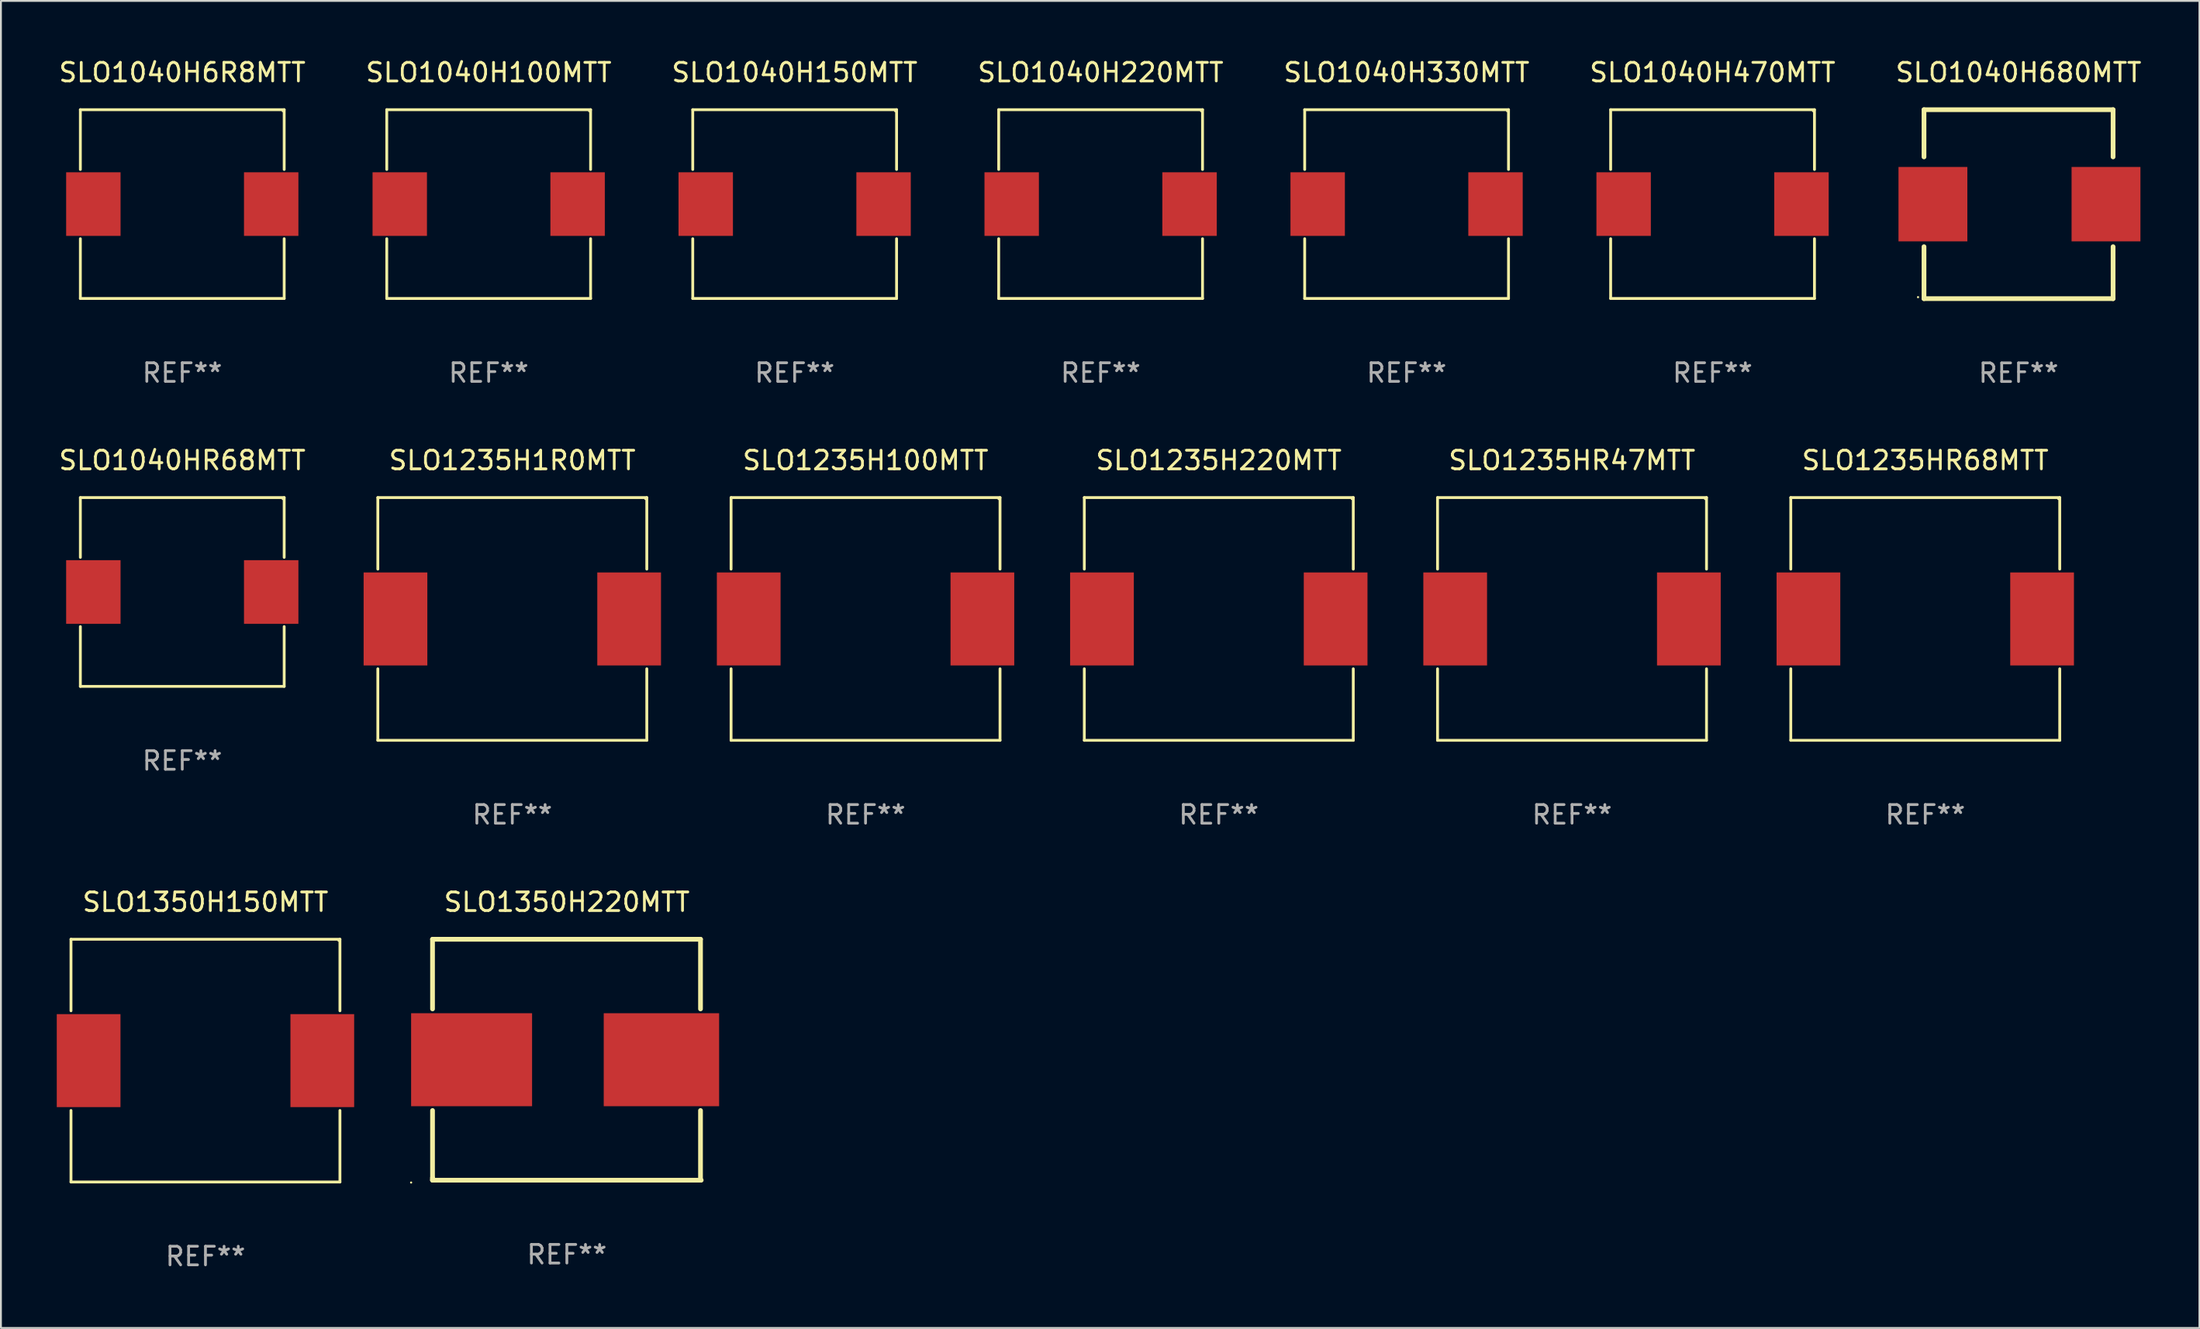
<source format=kicad_pcb>
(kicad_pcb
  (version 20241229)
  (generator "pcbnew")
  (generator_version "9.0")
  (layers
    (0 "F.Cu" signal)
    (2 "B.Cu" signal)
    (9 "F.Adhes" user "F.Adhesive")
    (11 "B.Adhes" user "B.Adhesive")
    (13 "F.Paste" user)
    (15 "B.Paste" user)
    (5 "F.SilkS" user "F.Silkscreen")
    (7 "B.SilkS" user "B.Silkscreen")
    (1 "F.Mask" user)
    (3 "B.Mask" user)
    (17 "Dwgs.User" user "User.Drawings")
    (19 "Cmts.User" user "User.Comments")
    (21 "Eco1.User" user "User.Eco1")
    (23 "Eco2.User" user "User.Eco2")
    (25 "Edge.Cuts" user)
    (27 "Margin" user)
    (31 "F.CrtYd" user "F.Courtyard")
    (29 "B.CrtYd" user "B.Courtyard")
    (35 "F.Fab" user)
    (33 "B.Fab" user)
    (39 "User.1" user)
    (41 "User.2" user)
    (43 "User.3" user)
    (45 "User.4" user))
  (footprint "SLO1040H680MTT"
    (layer "F.Cu")
    (at 105.411 7.928)
    (property "Reference" "SLO1040H680MTT" (at 0 -7.08 0) (layer "F.SilkS") (effects (font (size 1 1) (thickness 0.15))))
    (attr through_hole)
    (fp_line (start -5.08 -5.08) (end -5.08 -2.54) (stroke (width 0.254) (type solid)) (layer "F.SilkS"))
    (fp_line (start -5.08 -5.08) (end 5.08 -5.08) (stroke (width 0.254) (type solid)) (layer "F.SilkS"))
    (fp_line (start -5.08 2.286) (end -5.08 5.08) (stroke (width 0.254) (type solid)) (layer "F.SilkS"))
    (fp_line (start -5.08 5.08) (end 5.08 5.08) (stroke (width 0.254) (type solid)) (layer "F.SilkS"))
    (fp_line (start 5.08 -5.08) (end 5.08 -2.54) (stroke (width 0.254) (type solid)) (layer "F.SilkS"))
    (fp_line (start 5.08 5.08) (end 5.08 2.286) (stroke (width 0.254) (type solid)) (layer "F.SilkS"))
    (fp_circle (center -5.4 5) (end -5.37 5) (stroke (width 0.06) (type solid)) (fill no) (layer "F.SilkS"))
    (fp_text user "REF**" (at 0 9.08 0) (layer "F.Fab") (effects (font (size 1 1) (thickness 0.15))))
    (pad "1" smd rect (at -4.6 0) (size 3.7 4) (layers "F.Cu" "F.Mask" "F.Paste"))
    (pad "2" smd rect (at 4.7 0) (size 3.7 4) (layers "F.Cu" "F.Mask" "F.Paste")))
  (footprint "SLO1040H220MTT"
    (layer "F.Cu")
    (at 56.089 7.924)
    (property "Reference" "SLO1040H220MTT" (at 0 -7.076 0) (layer "F.SilkS") (effects (font (size 1 1) (thickness 0.15))))
    (attr through_hole)
    (fp_line (start -5.476 -5.076) (end 5.476 -5.076) (stroke (width 0.152) (type solid)) (layer "F.SilkS"))
    (fp_line (start -5.476 -1.862) (end -5.476 -5.076) (stroke (width 0.152) (type solid)) (layer "F.SilkS"))
    (fp_line (start -5.476 1.862) (end -5.476 5.076) (stroke (width 0.152) (type solid)) (layer "F.SilkS"))
    (fp_line (start -5.476 5.076) (end 5.476 5.076) (stroke (width 0.152) (type solid)) (layer "F.SilkS"))
    (fp_line (start 5.476 -5.076) (end 5.476 -1.862) (stroke (width 0.152) (type solid)) (layer "F.SilkS"))
    (fp_line (start 5.476 5.076) (end 5.476 1.862) (stroke (width 0.152) (type solid)) (layer "F.SilkS"))
    (fp_circle (center 5.4 -5) (end 5.43 -5) (stroke (width 0.06) (type solid)) (fill no) (layer "F.SilkS"))
    (fp_text user "REF**" (at 0 9.076 0) (layer "F.Fab") (effects (font (size 1 1) (thickness 0.15))))
    (pad "1" smd rect (at 4.778 0) (size 2.924 3.42) (layers "F.Cu" "F.Mask" "F.Paste"))
    (pad "2" smd rect (at -4.778 0) (size 2.924 3.42) (layers "F.Cu" "F.Mask" "F.Paste")))
  (footprint "SLO1235H220MTT"
    (layer "F.Cu")
    (at 62.439 30.231)
    (property "Reference" "SLO1235H220MTT" (at 0 -8.526 0) (layer "F.SilkS") (effects (font (size 1 1) (thickness 0.15))))
    (attr through_hole)
    (fp_line (start -7.226 -6.526) (end 7.226 -6.526) (stroke (width 0.152) (type solid)) (layer "F.SilkS"))
    (fp_line (start -7.226 -2.68) (end -7.226 -6.526) (stroke (width 0.152) (type solid)) (layer "F.SilkS"))
    (fp_line (start -7.226 6.526) (end -7.226 2.68) (stroke (width 0.152) (type solid)) (layer "F.SilkS"))
    (fp_line (start -7.226 6.526) (end 7.226 6.526) (stroke (width 0.152) (type solid)) (layer "F.SilkS"))
    (fp_line (start 7.226 -6.526) (end 7.226 -2.68) (stroke (width 0.152) (type solid)) (layer "F.SilkS"))
    (fp_line (start 7.226 2.68) (end 7.226 6.526) (stroke (width 0.152) (type solid)) (layer "F.SilkS"))
    (fp_circle (center 7.15 -6.45) (end 7.18 -6.45) (stroke (width 0.06) (type solid)) (fill no) (layer "F.SilkS"))
    (fp_text user "REF**" (at 0 10.526 0) (layer "F.Fab") (effects (font (size 1 1) (thickness 0.15))))
    (pad "1" smd rect (at 6.278 0) (size 3.424 5) (layers "F.Cu" "F.Mask" "F.Paste"))
    (pad "2" smd rect (at -6.278 0) (size 3.424 5) (layers "F.Cu" "F.Mask" "F.Paste")))
  (footprint "SLO1040H470MTT"
    (layer "F.Cu")
    (at 88.97 7.924)
    (property "Reference" "SLO1040H470MTT" (at 0 -7.076 0) (layer "F.SilkS") (effects (font (size 1 1) (thickness 0.15))))
    (attr through_hole)
    (fp_line (start -5.476 -5.076) (end 5.476 -5.076) (stroke (width 0.152) (type solid)) (layer "F.SilkS"))
    (fp_line (start -5.476 -1.862) (end -5.476 -5.076) (stroke (width 0.152) (type solid)) (layer "F.SilkS"))
    (fp_line (start -5.476 1.862) (end -5.476 5.076) (stroke (width 0.152) (type solid)) (layer "F.SilkS"))
    (fp_line (start -5.476 5.076) (end 5.476 5.076) (stroke (width 0.152) (type solid)) (layer "F.SilkS"))
    (fp_line (start 5.476 -5.076) (end 5.476 -1.862) (stroke (width 0.152) (type solid)) (layer "F.SilkS"))
    (fp_line (start 5.476 5.076) (end 5.476 1.862) (stroke (width 0.152) (type solid)) (layer "F.SilkS"))
    (fp_circle (center 5.4 -5) (end 5.43 -5) (stroke (width 0.06) (type solid)) (fill no) (layer "F.SilkS"))
    (fp_text user "REF**" (at 0 9.076 0) (layer "F.Fab") (effects (font (size 1 1) (thickness 0.15))))
    (pad "1" smd rect (at 4.778 0) (size 2.924 3.42) (layers "F.Cu" "F.Mask" "F.Paste"))
    (pad "2" smd rect (at -4.778 0) (size 2.924 3.42) (layers "F.Cu" "F.Mask" "F.Paste")))
  (footprint "SLO1040H150MTT"
    (layer "F.Cu")
    (at 39.649 7.924)
    (property "Reference" "SLO1040H150MTT" (at 0 -7.076 0) (layer "F.SilkS") (effects (font (size 1 1) (thickness 0.15))))
    (attr through_hole)
    (fp_line (start -5.476 -5.076) (end 5.476 -5.076) (stroke (width 0.152) (type solid)) (layer "F.SilkS"))
    (fp_line (start -5.476 -1.862) (end -5.476 -5.076) (stroke (width 0.152) (type solid)) (layer "F.SilkS"))
    (fp_line (start -5.476 1.862) (end -5.476 5.076) (stroke (width 0.152) (type solid)) (layer "F.SilkS"))
    (fp_line (start -5.476 5.076) (end 5.476 5.076) (stroke (width 0.152) (type solid)) (layer "F.SilkS"))
    (fp_line (start 5.476 -5.076) (end 5.476 -1.862) (stroke (width 0.152) (type solid)) (layer "F.SilkS"))
    (fp_line (start 5.476 5.076) (end 5.476 1.862) (stroke (width 0.152) (type solid)) (layer "F.SilkS"))
    (fp_circle (center 5.4 -5) (end 5.43 -5) (stroke (width 0.06) (type solid)) (fill no) (layer "F.SilkS"))
    (fp_text user "REF**" (at 0 9.076 0) (layer "F.Fab") (effects (font (size 1 1) (thickness 0.15))))
    (pad "1" smd rect (at 4.778 0) (size 2.924 3.42) (layers "F.Cu" "F.Mask" "F.Paste"))
    (pad "2" smd rect (at -4.778 0) (size 2.924 3.42) (layers "F.Cu" "F.Mask" "F.Paste")))
  (footprint "SLO1235HR68MTT"
    (layer "F.Cu")
    (at 100.399 30.231)
    (property "Reference" "SLO1235HR68MTT" (at 0 -8.526 0) (layer "F.SilkS") (effects (font (size 1 1) (thickness 0.15))))
    (attr through_hole)
    (fp_line (start -7.226 -6.526) (end 7.226 -6.526) (stroke (width 0.152) (type solid)) (layer "F.SilkS"))
    (fp_line (start -7.226 -2.68) (end -7.226 -6.526) (stroke (width 0.152) (type solid)) (layer "F.SilkS"))
    (fp_line (start -7.226 6.526) (end -7.226 2.68) (stroke (width 0.152) (type solid)) (layer "F.SilkS"))
    (fp_line (start -7.226 6.526) (end 7.226 6.526) (stroke (width 0.152) (type solid)) (layer "F.SilkS"))
    (fp_line (start 7.226 -6.526) (end 7.226 -2.68) (stroke (width 0.152) (type solid)) (layer "F.SilkS"))
    (fp_line (start 7.226 2.68) (end 7.226 6.526) (stroke (width 0.152) (type solid)) (layer "F.SilkS"))
    (fp_circle (center 7.15 -6.45) (end 7.18 -6.45) (stroke (width 0.06) (type solid)) (fill no) (layer "F.SilkS"))
    (fp_text user "REF**" (at 0 10.526 0) (layer "F.Fab") (effects (font (size 1 1) (thickness 0.15))))
    (pad "1" smd rect (at 6.278 0) (size 3.424 5) (layers "F.Cu" "F.Mask" "F.Paste"))
    (pad "2" smd rect (at -6.278 0) (size 3.424 5) (layers "F.Cu" "F.Mask" "F.Paste")))
  (footprint "SLO1350H150MTT"
    (layer "F.Cu")
    (at 7.99 53.98)
    (property "Reference" "SLO1350H150MTT" (at 0 -8.526 0) (layer "F.SilkS") (effects (font (size 1 1) (thickness 0.15))))
    (attr through_hole)
    (fp_line (start -7.226 -6.526) (end 7.226 -6.526) (stroke (width 0.152) (type solid)) (layer "F.SilkS"))
    (fp_line (start -7.226 -2.68) (end -7.226 -6.526) (stroke (width 0.152) (type solid)) (layer "F.SilkS"))
    (fp_line (start -7.226 6.526) (end -7.226 2.68) (stroke (width 0.152) (type solid)) (layer "F.SilkS"))
    (fp_line (start -7.226 6.526) (end 7.226 6.526) (stroke (width 0.152) (type solid)) (layer "F.SilkS"))
    (fp_line (start 7.226 -6.526) (end 7.226 -2.68) (stroke (width 0.152) (type solid)) (layer "F.SilkS"))
    (fp_line (start 7.226 2.68) (end 7.226 6.526) (stroke (width 0.152) (type solid)) (layer "F.SilkS"))
    (fp_circle (center 7.15 -6.45) (end 7.18 -6.45) (stroke (width 0.06) (type solid)) (fill no) (layer "F.SilkS"))
    (fp_text user "REF**" (at 0 10.526 0) (layer "F.Fab") (effects (font (size 1 1) (thickness 0.15))))
    (pad "1" smd rect (at 6.278 0) (size 3.424 5) (layers "F.Cu" "F.Mask" "F.Paste"))
    (pad "2" smd rect (at -6.278 0) (size 3.424 5) (layers "F.Cu" "F.Mask" "F.Paste")))
  (footprint "SLO1235HR47MTT"
    (layer "F.Cu")
    (at 81.419 30.231)
    (property "Reference" "SLO1235HR47MTT" (at 0 -8.526 0) (layer "F.SilkS") (effects (font (size 1 1) (thickness 0.15))))
    (attr through_hole)
    (fp_line (start -7.226 -6.526) (end 7.226 -6.526) (stroke (width 0.152) (type solid)) (layer "F.SilkS"))
    (fp_line (start -7.226 -2.68) (end -7.226 -6.526) (stroke (width 0.152) (type solid)) (layer "F.SilkS"))
    (fp_line (start -7.226 6.526) (end -7.226 2.68) (stroke (width 0.152) (type solid)) (layer "F.SilkS"))
    (fp_line (start -7.226 6.526) (end 7.226 6.526) (stroke (width 0.152) (type solid)) (layer "F.SilkS"))
    (fp_line (start 7.226 -6.526) (end 7.226 -2.68) (stroke (width 0.152) (type solid)) (layer "F.SilkS"))
    (fp_line (start 7.226 2.68) (end 7.226 6.526) (stroke (width 0.152) (type solid)) (layer "F.SilkS"))
    (fp_circle (center 7.15 -6.45) (end 7.18 -6.45) (stroke (width 0.06) (type solid)) (fill no) (layer "F.SilkS"))
    (fp_text user "REF**" (at 0 10.526 0) (layer "F.Fab") (effects (font (size 1 1) (thickness 0.15))))
    (pad "1" smd rect (at 6.278 0) (size 3.424 5) (layers "F.Cu" "F.Mask" "F.Paste"))
    (pad "2" smd rect (at -6.278 0) (size 3.424 5) (layers "F.Cu" "F.Mask" "F.Paste")))
  (footprint "SLO1040HR68MTT"
    (layer "F.Cu")
    (at 6.744 28.781)
    (property "Reference" "SLO1040HR68MTT" (at 0 -7.076 0) (layer "F.SilkS") (effects (font (size 1 1) (thickness 0.15))))
    (attr through_hole)
    (fp_line (start -5.476 -5.076) (end 5.476 -5.076) (stroke (width 0.152) (type solid)) (layer "F.SilkS"))
    (fp_line (start -5.476 -1.862) (end -5.476 -5.076) (stroke (width 0.152) (type solid)) (layer "F.SilkS"))
    (fp_line (start -5.476 1.862) (end -5.476 5.076) (stroke (width 0.152) (type solid)) (layer "F.SilkS"))
    (fp_line (start -5.476 5.076) (end 5.476 5.076) (stroke (width 0.152) (type solid)) (layer "F.SilkS"))
    (fp_line (start 5.476 -5.076) (end 5.476 -1.862) (stroke (width 0.152) (type solid)) (layer "F.SilkS"))
    (fp_line (start 5.476 5.076) (end 5.476 1.862) (stroke (width 0.152) (type solid)) (layer "F.SilkS"))
    (fp_circle (center 5.4 -5) (end 5.43 -5) (stroke (width 0.06) (type solid)) (fill no) (layer "F.SilkS"))
    (fp_text user "REF**" (at 0 9.076 0) (layer "F.Fab") (effects (font (size 1 1) (thickness 0.15))))
    (pad "1" smd rect (at 4.778 0) (size 2.924 3.42) (layers "F.Cu" "F.Mask" "F.Paste"))
    (pad "2" smd rect (at -4.778 0) (size 2.924 3.42) (layers "F.Cu" "F.Mask" "F.Paste")))
  (footprint "SLO1235H100MTT"
    (layer "F.Cu")
    (at 43.458 30.231)
    (property "Reference" "SLO1235H100MTT" (at 0 -8.526 0) (layer "F.SilkS") (effects (font (size 1 1) (thickness 0.15))))
    (attr through_hole)
    (fp_line (start -7.226 -6.526) (end 7.226 -6.526) (stroke (width 0.152) (type solid)) (layer "F.SilkS"))
    (fp_line (start -7.226 -2.68) (end -7.226 -6.526) (stroke (width 0.152) (type solid)) (layer "F.SilkS"))
    (fp_line (start -7.226 6.526) (end -7.226 2.68) (stroke (width 0.152) (type solid)) (layer "F.SilkS"))
    (fp_line (start -7.226 6.526) (end 7.226 6.526) (stroke (width 0.152) (type solid)) (layer "F.SilkS"))
    (fp_line (start 7.226 -6.526) (end 7.226 -2.68) (stroke (width 0.152) (type solid)) (layer "F.SilkS"))
    (fp_line (start 7.226 2.68) (end 7.226 6.526) (stroke (width 0.152) (type solid)) (layer "F.SilkS"))
    (fp_circle (center 7.15 -6.45) (end 7.18 -6.45) (stroke (width 0.06) (type solid)) (fill no) (layer "F.SilkS"))
    (fp_text user "REF**" (at 0 10.526 0) (layer "F.Fab") (effects (font (size 1 1) (thickness 0.15))))
    (pad "1" smd rect (at 6.278 0) (size 3.424 5) (layers "F.Cu" "F.Mask" "F.Paste"))
    (pad "2" smd rect (at -6.278 0) (size 3.424 5) (layers "F.Cu" "F.Mask" "F.Paste")))
  (footprint "SLO1040H330MTT"
    (layer "F.Cu")
    (at 72.53 7.924)
    (property "Reference" "SLO1040H330MTT" (at 0 -7.076 0) (layer "F.SilkS") (effects (font (size 1 1) (thickness 0.15))))
    (attr through_hole)
    (fp_line (start -5.476 -5.076) (end 5.476 -5.076) (stroke (width 0.152) (type solid)) (layer "F.SilkS"))
    (fp_line (start -5.476 -1.862) (end -5.476 -5.076) (stroke (width 0.152) (type solid)) (layer "F.SilkS"))
    (fp_line (start -5.476 1.862) (end -5.476 5.076) (stroke (width 0.152) (type solid)) (layer "F.SilkS"))
    (fp_line (start -5.476 5.076) (end 5.476 5.076) (stroke (width 0.152) (type solid)) (layer "F.SilkS"))
    (fp_line (start 5.476 -5.076) (end 5.476 -1.862) (stroke (width 0.152) (type solid)) (layer "F.SilkS"))
    (fp_line (start 5.476 5.076) (end 5.476 1.862) (stroke (width 0.152) (type solid)) (layer "F.SilkS"))
    (fp_circle (center 5.4 -5) (end 5.43 -5) (stroke (width 0.06) (type solid)) (fill no) (layer "F.SilkS"))
    (fp_text user "REF**" (at 0 9.076 0) (layer "F.Fab") (effects (font (size 1 1) (thickness 0.15))))
    (pad "1" smd rect (at 4.778 0) (size 2.924 3.42) (layers "F.Cu" "F.Mask" "F.Paste"))
    (pad "2" smd rect (at -4.778 0) (size 2.924 3.42) (layers "F.Cu" "F.Mask" "F.Paste")))
  (footprint "SLO1350H220MTT"
    (layer "F.Cu")
    (at 27.409 53.931)
    (property "Reference" "SLO1350H220MTT" (at 0 -8.477 0) (layer "F.SilkS") (effects (font (size 1 1) (thickness 0.15))))
    (attr through_hole)
    (fp_line (start -7.218 -2.731) (end -7.218 -6.477) (stroke (width 0.254) (type solid)) (layer "F.SilkS"))
    (fp_line (start -7.218 6.35) (end -7.218 6.477) (stroke (width 0.254) (type solid)) (layer "F.SilkS"))
    (fp_line (start -7.218 6.477) (end -7.218 2.731) (stroke (width 0.254) (type solid)) (layer "F.SilkS"))
    (fp_line (start -7.218 6.477) (end 7.219 6.477) (stroke (width 0.254) (type solid)) (layer "F.SilkS"))
    (fp_line (start 7.181 -6.477) (end -7.219 -6.477) (stroke (width 0.254) (type solid)) (layer "F.SilkS"))
    (fp_line (start 7.181 -6.477) (end 7.181 -2.731) (stroke (width 0.254) (type solid)) (layer "F.SilkS"))
    (fp_line (start 7.181 2.731) (end 7.181 6.477) (stroke (width 0.254) (type solid)) (layer "F.SilkS"))
    (fp_circle (center -8.369 6.604) (end -8.339 6.604) (stroke (width 0.06) (type solid)) (fill no) (layer "F.SilkS"))
    (fp_text user "REF**" (at 0 10.477 0) (layer "F.Fab") (effects (font (size 1 1) (thickness 0.15))))
    (pad "1" smd rect (at -5.119 0 90) (size 5 6.5) (layers "F.Cu" "F.Mask" "F.Paste"))
    (pad "2" smd rect (at 5.081 0 270) (size 5 6.2) (layers "F.Cu" "F.Mask" "F.Paste")))
  (footprint "SLO1040H6R8MTT"
    (layer "F.Cu")
    (at 6.744 7.924)
    (property "Reference" "SLO1040H6R8MTT" (at 0 -7.076 0) (layer "F.SilkS") (effects (font (size 1 1) (thickness 0.15))))
    (attr through_hole)
    (fp_line (start -5.476 -5.076) (end 5.476 -5.076) (stroke (width 0.152) (type solid)) (layer "F.SilkS"))
    (fp_line (start -5.476 -1.862) (end -5.476 -5.076) (stroke (width 0.152) (type solid)) (layer "F.SilkS"))
    (fp_line (start -5.476 1.862) (end -5.476 5.076) (stroke (width 0.152) (type solid)) (layer "F.SilkS"))
    (fp_line (start -5.476 5.076) (end 5.476 5.076) (stroke (width 0.152) (type solid)) (layer "F.SilkS"))
    (fp_line (start 5.476 -5.076) (end 5.476 -1.862) (stroke (width 0.152) (type solid)) (layer "F.SilkS"))
    (fp_line (start 5.476 5.076) (end 5.476 1.862) (stroke (width 0.152) (type solid)) (layer "F.SilkS"))
    (fp_circle (center 5.4 -5) (end 5.43 -5) (stroke (width 0.06) (type solid)) (fill no) (layer "F.SilkS"))
    (fp_text user "REF**" (at 0 9.076 0) (layer "F.Fab") (effects (font (size 1 1) (thickness 0.15))))
    (pad "1" smd rect (at 4.778 0) (size 2.924 3.42) (layers "F.Cu" "F.Mask" "F.Paste"))
    (pad "2" smd rect (at -4.778 0) (size 2.924 3.42) (layers "F.Cu" "F.Mask" "F.Paste")))
  (footprint "SLO1040H100MTT"
    (layer "F.Cu")
    (at 23.208 7.924)
    (property "Reference" "SLO1040H100MTT" (at 0 -7.076 0) (layer "F.SilkS") (effects (font (size 1 1) (thickness 0.15))))
    (attr through_hole)
    (fp_line (start -5.476 -5.076) (end 5.476 -5.076) (stroke (width 0.152) (type solid)) (layer "F.SilkS"))
    (fp_line (start -5.476 -1.862) (end -5.476 -5.076) (stroke (width 0.152) (type solid)) (layer "F.SilkS"))
    (fp_line (start -5.476 1.862) (end -5.476 5.076) (stroke (width 0.152) (type solid)) (layer "F.SilkS"))
    (fp_line (start -5.476 5.076) (end 5.476 5.076) (stroke (width 0.152) (type solid)) (layer "F.SilkS"))
    (fp_line (start 5.476 -5.076) (end 5.476 -1.862) (stroke (width 0.152) (type solid)) (layer "F.SilkS"))
    (fp_line (start 5.476 5.076) (end 5.476 1.862) (stroke (width 0.152) (type solid)) (layer "F.SilkS"))
    (fp_circle (center 5.4 -5) (end 5.43 -5) (stroke (width 0.06) (type solid)) (fill no) (layer "F.SilkS"))
    (fp_text user "REF**" (at 0 9.076 0) (layer "F.Fab") (effects (font (size 1 1) (thickness 0.15))))
    (pad "1" smd rect (at 4.778 0) (size 2.924 3.42) (layers "F.Cu" "F.Mask" "F.Paste"))
    (pad "2" smd rect (at -4.778 0) (size 2.924 3.42) (layers "F.Cu" "F.Mask" "F.Paste")))
  (footprint "SLO1235H1R0MTT"
    (layer "F.Cu")
    (at 24.478 30.231)
    (property "Reference" "SLO1235H1R0MTT" (at 0 -8.526 0) (layer "F.SilkS") (effects (font (size 1 1) (thickness 0.15))))
    (attr through_hole)
    (fp_line (start -7.226 -6.526) (end 7.226 -6.526) (stroke (width 0.152) (type solid)) (layer "F.SilkS"))
    (fp_line (start -7.226 -2.68) (end -7.226 -6.526) (stroke (width 0.152) (type solid)) (layer "F.SilkS"))
    (fp_line (start -7.226 6.526) (end -7.226 2.68) (stroke (width 0.152) (type solid)) (layer "F.SilkS"))
    (fp_line (start -7.226 6.526) (end 7.226 6.526) (stroke (width 0.152) (type solid)) (layer "F.SilkS"))
    (fp_line (start 7.226 -6.526) (end 7.226 -2.68) (stroke (width 0.152) (type solid)) (layer "F.SilkS"))
    (fp_line (start 7.226 2.68) (end 7.226 6.526) (stroke (width 0.152) (type solid)) (layer "F.SilkS"))
    (fp_circle (center 7.15 -6.45) (end 7.18 -6.45) (stroke (width 0.06) (type solid)) (fill no) (layer "F.SilkS"))
    (fp_text user "REF**" (at 0 10.526 0) (layer "F.Fab") (effects (font (size 1 1) (thickness 0.15))))
    (pad "1" smd rect (at 6.278 0) (size 3.424 5) (layers "F.Cu" "F.Mask" "F.Paste"))
    (pad "2" smd rect (at -6.278 0) (size 3.424 5) (layers "F.Cu" "F.Mask" "F.Paste")))
  (gr_rect
    (start -3 -3)
    (end 115.131 68.354)
    (stroke (width 0.1) (type default))
    (fill no)
    (layer "Edge.Cuts")))
</source>
